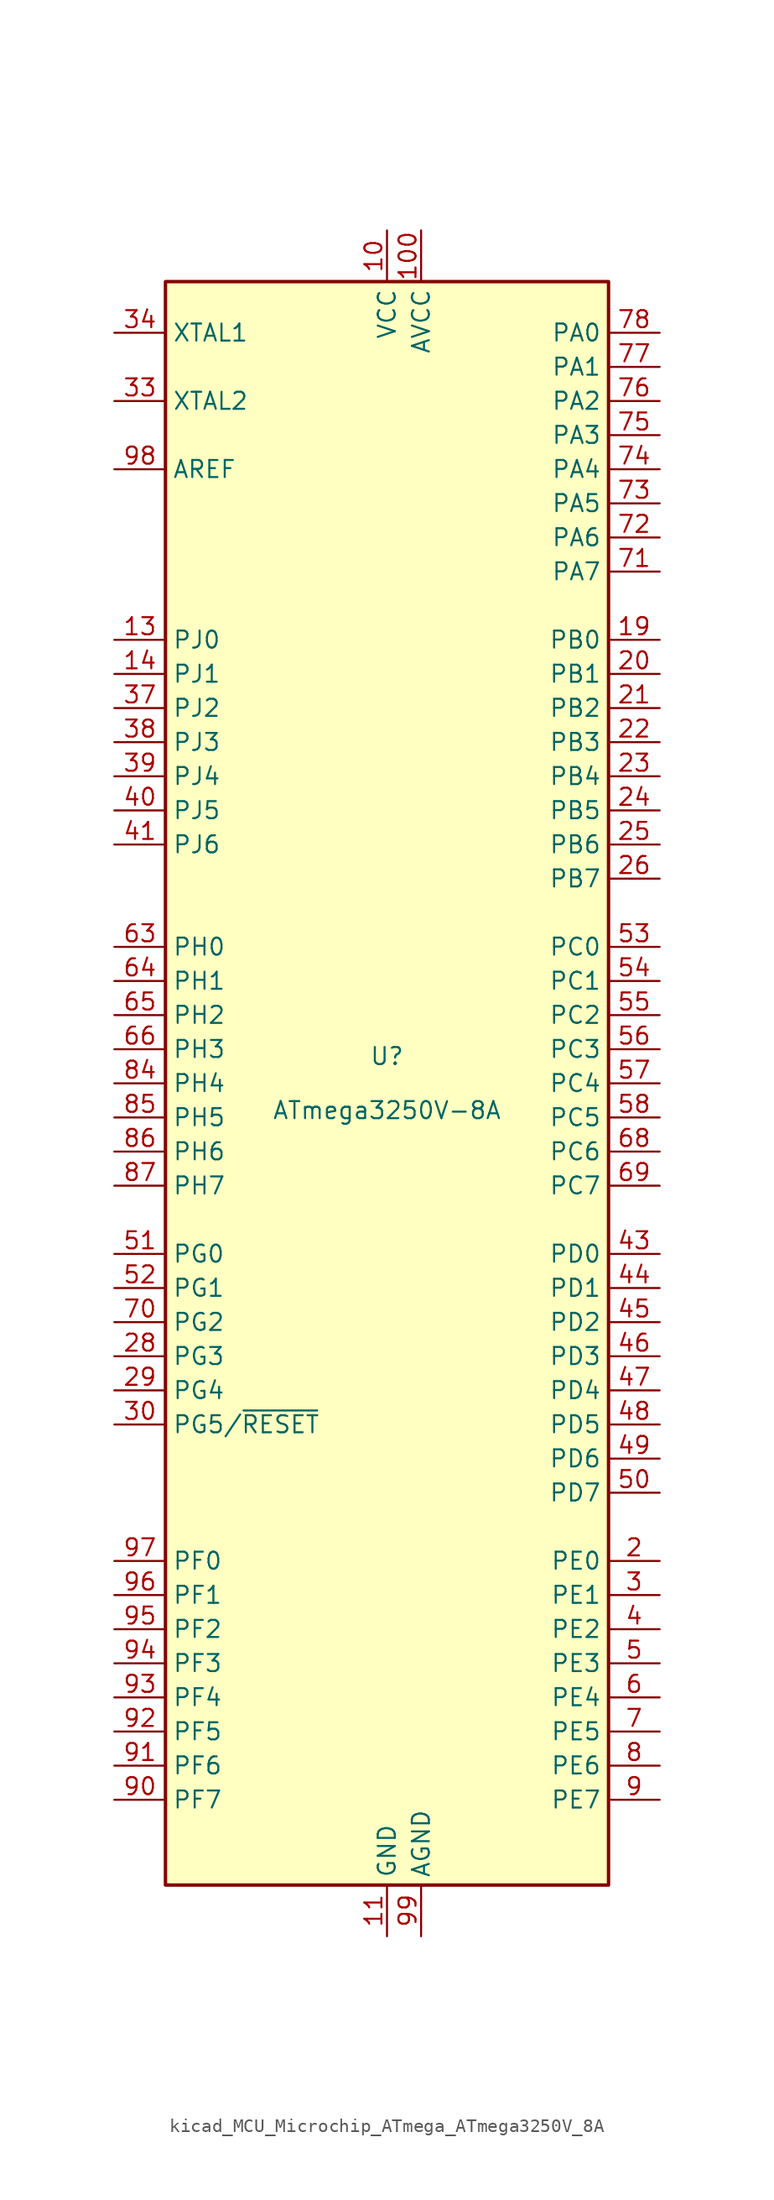
<source format=kicad_sym>
(kicad_symbol_lib
  (version 20220914)
  (generator kicad_symbol_editor)
  (symbol "kicad_MCU_Microchip_ATmega_ATmega3250V_8A"
    (property "Reference" "U"
      (at 0 1.27 0)
      (effects (font (size 1.27 1.27)) (justify bottom)))
    (property "Value" "ATmega3250V-8A"
      (at 0 -1.27 0)
      (effects (font (size 1.27 1.27)) (justify top)))
    (symbol "kicad_MCU_Microchip_ATmega_ATmega3250V_8A_0_1"
      (rectangle (start -16.51 -59.69) (end 16.51 59.69) (stroke (width 0.254) (type default)) (fill (type background))))
    (symbol "kicad_MCU_Microchip_ATmega_ATmega3250V_8A_1_1"
      (pin no_connect line (at -15.24 40.64 0) (length 2.54) hide (name "NC" (effects (font (size 1.27 1.27)))) (number "1" (effects (font (size 1.27 1.27)))))
      (pin power_in line (at 0 63.5 270) (length 3.81) (name "VCC" (effects (font (size 1.27 1.27)))) (number "10" (effects (font (size 1.27 1.27)))))
      (pin power_in line (at 2.54 63.5 270) (length 3.81) (name "AVCC" (effects (font (size 1.27 1.27)))) (number "100" (effects (font (size 1.27 1.27)))))
      (pin power_in line (at 0 -63.5 90) (length 3.81) (name "GND" (effects (font (size 1.27 1.27)))) (number "11" (effects (font (size 1.27 1.27)))))
      (pin no_connect line (at -15.24 38.1 0) (length 2.54) hide (name "NC" (effects (font (size 1.27 1.27)))) (number "12" (effects (font (size 1.27 1.27)))))
      (pin bidirectional line (at -20.32 33.02 0) (length 3.81) (name "PJ0" (effects (font (size 1.27 1.27)))) (number "13" (effects (font (size 1.27 1.27)))))
      (pin bidirectional line (at -20.32 30.48 0) (length 3.81) (name "PJ1" (effects (font (size 1.27 1.27)))) (number "14" (effects (font (size 1.27 1.27)))))
      (pin no_connect line (at -15.24 35.56 0) (length 2.54) hide (name "NC" (effects (font (size 1.27 1.27)))) (number "15" (effects (font (size 1.27 1.27)))))
      (pin no_connect line (at -15.24 15.24 0) (length 2.54) hide (name "NC" (effects (font (size 1.27 1.27)))) (number "16" (effects (font (size 1.27 1.27)))))
      (pin no_connect line (at -15.24 12.7 0) (length 2.54) hide (name "NC" (effects (font (size 1.27 1.27)))) (number "17" (effects (font (size 1.27 1.27)))))
      (pin no_connect line (at -15.24 -10.16 0) (length 2.54) hide (name "NC" (effects (font (size 1.27 1.27)))) (number "18" (effects (font (size 1.27 1.27)))))
      (pin bidirectional line (at 20.32 33.02 180) (length 3.81) (name "PB0" (effects (font (size 1.27 1.27)))) (number "19" (effects (font (size 1.27 1.27)))))
      (pin bidirectional line (at 20.32 -35.56 180) (length 3.81) (name "PE0" (effects (font (size 1.27 1.27)))) (number "2" (effects (font (size 1.27 1.27)))))
      (pin bidirectional line (at 20.32 30.48 180) (length 3.81) (name "PB1" (effects (font (size 1.27 1.27)))) (number "20" (effects (font (size 1.27 1.27)))))
      (pin bidirectional line (at 20.32 27.94 180) (length 3.81) (name "PB2" (effects (font (size 1.27 1.27)))) (number "21" (effects (font (size 1.27 1.27)))))
      (pin bidirectional line (at 20.32 25.4 180) (length 3.81) (name "PB3" (effects (font (size 1.27 1.27)))) (number "22" (effects (font (size 1.27 1.27)))))
      (pin bidirectional line (at 20.32 22.86 180) (length 3.81) (name "PB4" (effects (font (size 1.27 1.27)))) (number "23" (effects (font (size 1.27 1.27)))))
      (pin bidirectional line (at 20.32 20.32 180) (length 3.81) (name "PB5" (effects (font (size 1.27 1.27)))) (number "24" (effects (font (size 1.27 1.27)))))
      (pin bidirectional line (at 20.32 17.78 180) (length 3.81) (name "PB6" (effects (font (size 1.27 1.27)))) (number "25" (effects (font (size 1.27 1.27)))))
      (pin bidirectional line (at 20.32 15.24 180) (length 3.81) (name "PB7" (effects (font (size 1.27 1.27)))) (number "26" (effects (font (size 1.27 1.27)))))
      (pin no_connect line (at -15.24 -27.94 0) (length 2.54) hide (name "NC" (effects (font (size 1.27 1.27)))) (number "27" (effects (font (size 1.27 1.27)))))
      (pin bidirectional line (at -20.32 -20.32 0) (length 3.81) (name "PG3" (effects (font (size 1.27 1.27)))) (number "28" (effects (font (size 1.27 1.27)))))
      (pin bidirectional line (at -20.32 -22.86 0) (length 3.81) (name "PG4" (effects (font (size 1.27 1.27)))) (number "29" (effects (font (size 1.27 1.27)))))
      (pin bidirectional line (at 20.32 -38.1 180) (length 3.81) (name "PE1" (effects (font (size 1.27 1.27)))) (number "3" (effects (font (size 1.27 1.27)))))
      (pin bidirectional line (at -20.32 -25.4 0) (length 3.81) (name "PG5/~{RESET}" (effects (font (size 1.27 1.27)))) (number "30" (effects (font (size 1.27 1.27)))))
      (pin passive line (at 0 63.5 270) (length 3.81) hide (name "VCC" (effects (font (size 1.27 1.27)))) (number "31" (effects (font (size 1.27 1.27)))))
      (pin passive line (at 0 -63.5 90) (length 3.81) hide (name "GND" (effects (font (size 1.27 1.27)))) (number "32" (effects (font (size 1.27 1.27)))))
      (pin output line (at -20.32 50.8 0) (length 3.81) (name "XTAL2" (effects (font (size 1.27 1.27)))) (number "33" (effects (font (size 1.27 1.27)))))
      (pin input line (at -20.32 55.88 0) (length 3.81) (name "XTAL1" (effects (font (size 1.27 1.27)))) (number "34" (effects (font (size 1.27 1.27)))))
      (pin no_connect line (at -15.24 -30.48 0) (length 2.54) hide (name "NC" (effects (font (size 1.27 1.27)))) (number "35" (effects (font (size 1.27 1.27)))))
      (pin no_connect line (at -15.24 -33.02 0) (length 2.54) hide (name "NC" (effects (font (size 1.27 1.27)))) (number "36" (effects (font (size 1.27 1.27)))))
      (pin bidirectional line (at -20.32 27.94 0) (length 3.81) (name "PJ2" (effects (font (size 1.27 1.27)))) (number "37" (effects (font (size 1.27 1.27)))))
      (pin bidirectional line (at -20.32 25.4 0) (length 3.81) (name "PJ3" (effects (font (size 1.27 1.27)))) (number "38" (effects (font (size 1.27 1.27)))))
      (pin bidirectional line (at -20.32 22.86 0) (length 3.81) (name "PJ4" (effects (font (size 1.27 1.27)))) (number "39" (effects (font (size 1.27 1.27)))))
      (pin bidirectional line (at 20.32 -40.64 180) (length 3.81) (name "PE2" (effects (font (size 1.27 1.27)))) (number "4" (effects (font (size 1.27 1.27)))))
      (pin bidirectional line (at -20.32 20.32 0) (length 3.81) (name "PJ5" (effects (font (size 1.27 1.27)))) (number "40" (effects (font (size 1.27 1.27)))))
      (pin bidirectional line (at -20.32 17.78 0) (length 3.81) (name "PJ6" (effects (font (size 1.27 1.27)))) (number "41" (effects (font (size 1.27 1.27)))))
      (pin no_connect line (at -15.24 -58.42 90) (length 2.54) hide (name "NC" (effects (font (size 1.27 1.27)))) (number "42" (effects (font (size 1.27 1.27)))))
      (pin bidirectional line (at 20.32 -12.7 180) (length 3.81) (name "PD0" (effects (font (size 1.27 1.27)))) (number "43" (effects (font (size 1.27 1.27)))))
      (pin bidirectional line (at 20.32 -15.24 180) (length 3.81) (name "PD1" (effects (font (size 1.27 1.27)))) (number "44" (effects (font (size 1.27 1.27)))))
      (pin bidirectional line (at 20.32 -17.78 180) (length 3.81) (name "PD2" (effects (font (size 1.27 1.27)))) (number "45" (effects (font (size 1.27 1.27)))))
      (pin bidirectional line (at 20.32 -20.32 180) (length 3.81) (name "PD3" (effects (font (size 1.27 1.27)))) (number "46" (effects (font (size 1.27 1.27)))))
      (pin bidirectional line (at 20.32 -22.86 180) (length 3.81) (name "PD4" (effects (font (size 1.27 1.27)))) (number "47" (effects (font (size 1.27 1.27)))))
      (pin bidirectional line (at 20.32 -25.4 180) (length 3.81) (name "PD5" (effects (font (size 1.27 1.27)))) (number "48" (effects (font (size 1.27 1.27)))))
      (pin bidirectional line (at 20.32 -27.94 180) (length 3.81) (name "PD6" (effects (font (size 1.27 1.27)))) (number "49" (effects (font (size 1.27 1.27)))))
      (pin bidirectional line (at 20.32 -43.18 180) (length 3.81) (name "PE3" (effects (font (size 1.27 1.27)))) (number "5" (effects (font (size 1.27 1.27)))))
      (pin bidirectional line (at 20.32 -30.48 180) (length 3.81) (name "PD7" (effects (font (size 1.27 1.27)))) (number "50" (effects (font (size 1.27 1.27)))))
      (pin bidirectional line (at -20.32 -12.7 0) (length 3.81) (name "PG0" (effects (font (size 1.27 1.27)))) (number "51" (effects (font (size 1.27 1.27)))))
      (pin bidirectional line (at -20.32 -15.24 0) (length 3.81) (name "PG1" (effects (font (size 1.27 1.27)))) (number "52" (effects (font (size 1.27 1.27)))))
      (pin bidirectional line (at 20.32 10.16 180) (length 3.81) (name "PC0" (effects (font (size 1.27 1.27)))) (number "53" (effects (font (size 1.27 1.27)))))
      (pin bidirectional line (at 20.32 7.62 180) (length 3.81) (name "PC1" (effects (font (size 1.27 1.27)))) (number "54" (effects (font (size 1.27 1.27)))))
      (pin bidirectional line (at 20.32 5.08 180) (length 3.81) (name "PC2" (effects (font (size 1.27 1.27)))) (number "55" (effects (font (size 1.27 1.27)))))
      (pin bidirectional line (at 20.32 2.54 180) (length 3.81) (name "PC3" (effects (font (size 1.27 1.27)))) (number "56" (effects (font (size 1.27 1.27)))))
      (pin bidirectional line (at 20.32 0 180) (length 3.81) (name "PC4" (effects (font (size 1.27 1.27)))) (number "57" (effects (font (size 1.27 1.27)))))
      (pin bidirectional line (at 20.32 -2.54 180) (length 3.81) (name "PC5" (effects (font (size 1.27 1.27)))) (number "58" (effects (font (size 1.27 1.27)))))
      (pin no_connect line (at -12.7 -58.42 90) (length 2.54) hide (name "NC" (effects (font (size 1.27 1.27)))) (number "59" (effects (font (size 1.27 1.27)))))
      (pin bidirectional line (at 20.32 -45.72 180) (length 3.81) (name "PE4" (effects (font (size 1.27 1.27)))) (number "6" (effects (font (size 1.27 1.27)))))
      (pin no_connect line (at -10.16 -58.42 90) (length 2.54) hide (name "NC" (effects (font (size 1.27 1.27)))) (number "60" (effects (font (size 1.27 1.27)))))
      (pin no_connect line (at -7.62 -58.42 90) (length 2.54) hide (name "NC" (effects (font (size 1.27 1.27)))) (number "61" (effects (font (size 1.27 1.27)))))
      (pin no_connect line (at -5.08 -58.42 90) (length 2.54) hide (name "NC" (effects (font (size 1.27 1.27)))) (number "62" (effects (font (size 1.27 1.27)))))
      (pin bidirectional line (at -20.32 10.16 0) (length 3.81) (name "PH0" (effects (font (size 1.27 1.27)))) (number "63" (effects (font (size 1.27 1.27)))))
      (pin bidirectional line (at -20.32 7.62 0) (length 3.81) (name "PH1" (effects (font (size 1.27 1.27)))) (number "64" (effects (font (size 1.27 1.27)))))
      (pin bidirectional line (at -20.32 5.08 0) (length 3.81) (name "PH2" (effects (font (size 1.27 1.27)))) (number "65" (effects (font (size 1.27 1.27)))))
      (pin bidirectional line (at -20.32 2.54 0) (length 3.81) (name "PH3" (effects (font (size 1.27 1.27)))) (number "66" (effects (font (size 1.27 1.27)))))
      (pin no_connect line (at -2.54 -58.42 90) (length 2.54) hide (name "NC" (effects (font (size 1.27 1.27)))) (number "67" (effects (font (size 1.27 1.27)))))
      (pin bidirectional line (at 20.32 -5.08 180) (length 3.81) (name "PC6" (effects (font (size 1.27 1.27)))) (number "68" (effects (font (size 1.27 1.27)))))
      (pin bidirectional line (at 20.32 -7.62 180) (length 3.81) (name "PC7" (effects (font (size 1.27 1.27)))) (number "69" (effects (font (size 1.27 1.27)))))
      (pin bidirectional line (at 20.32 -48.26 180) (length 3.81) (name "PE5" (effects (font (size 1.27 1.27)))) (number "7" (effects (font (size 1.27 1.27)))))
      (pin bidirectional line (at -20.32 -17.78 0) (length 3.81) (name "PG2" (effects (font (size 1.27 1.27)))) (number "70" (effects (font (size 1.27 1.27)))))
      (pin bidirectional line (at 20.32 38.1 180) (length 3.81) (name "PA7" (effects (font (size 1.27 1.27)))) (number "71" (effects (font (size 1.27 1.27)))))
      (pin bidirectional line (at 20.32 40.64 180) (length 3.81) (name "PA6" (effects (font (size 1.27 1.27)))) (number "72" (effects (font (size 1.27 1.27)))))
      (pin bidirectional line (at 20.32 43.18 180) (length 3.81) (name "PA5" (effects (font (size 1.27 1.27)))) (number "73" (effects (font (size 1.27 1.27)))))
      (pin bidirectional line (at 20.32 45.72 180) (length 3.81) (name "PA4" (effects (font (size 1.27 1.27)))) (number "74" (effects (font (size 1.27 1.27)))))
      (pin bidirectional line (at 20.32 48.26 180) (length 3.81) (name "PA3" (effects (font (size 1.27 1.27)))) (number "75" (effects (font (size 1.27 1.27)))))
      (pin bidirectional line (at 20.32 50.8 180) (length 3.81) (name "PA2" (effects (font (size 1.27 1.27)))) (number "76" (effects (font (size 1.27 1.27)))))
      (pin bidirectional line (at 20.32 53.34 180) (length 3.81) (name "PA1" (effects (font (size 1.27 1.27)))) (number "77" (effects (font (size 1.27 1.27)))))
      (pin bidirectional line (at 20.32 55.88 180) (length 3.81) (name "PA0" (effects (font (size 1.27 1.27)))) (number "78" (effects (font (size 1.27 1.27)))))
      (pin no_connect line (at 5.08 -58.42 90) (length 2.54) hide (name "NC" (effects (font (size 1.27 1.27)))) (number "79" (effects (font (size 1.27 1.27)))))
      (pin bidirectional line (at 20.32 -50.8 180) (length 3.81) (name "PE6" (effects (font (size 1.27 1.27)))) (number "8" (effects (font (size 1.27 1.27)))))
      (pin passive line (at 0 63.5 270) (length 3.81) hide (name "VCC" (effects (font (size 1.27 1.27)))) (number "80" (effects (font (size 1.27 1.27)))))
      (pin passive line (at 0 -63.5 90) (length 3.81) hide (name "GND" (effects (font (size 1.27 1.27)))) (number "81" (effects (font (size 1.27 1.27)))))
      (pin no_connect line (at 7.62 -58.42 90) (length 2.54) hide (name "NC" (effects (font (size 1.27 1.27)))) (number "82" (effects (font (size 1.27 1.27)))))
      (pin no_connect line (at 10.16 -58.42 90) (length 2.54) hide (name "NC" (effects (font (size 1.27 1.27)))) (number "83" (effects (font (size 1.27 1.27)))))
      (pin bidirectional line (at -20.32 0 0) (length 3.81) (name "PH4" (effects (font (size 1.27 1.27)))) (number "84" (effects (font (size 1.27 1.27)))))
      (pin bidirectional line (at -20.32 -2.54 0) (length 3.81) (name "PH5" (effects (font (size 1.27 1.27)))) (number "85" (effects (font (size 1.27 1.27)))))
      (pin bidirectional line (at -20.32 -5.08 0) (length 3.81) (name "PH6" (effects (font (size 1.27 1.27)))) (number "86" (effects (font (size 1.27 1.27)))))
      (pin bidirectional line (at -20.32 -7.62 0) (length 3.81) (name "PH7" (effects (font (size 1.27 1.27)))) (number "87" (effects (font (size 1.27 1.27)))))
      (pin no_connect line (at 12.7 -58.42 90) (length 2.54) hide (name "NC" (effects (font (size 1.27 1.27)))) (number "88" (effects (font (size 1.27 1.27)))))
      (pin no_connect line (at 15.24 -58.42 90) (length 2.54) hide (name "NC" (effects (font (size 1.27 1.27)))) (number "89" (effects (font (size 1.27 1.27)))))
      (pin bidirectional line (at 20.32 -53.34 180) (length 3.81) (name "PE7" (effects (font (size 1.27 1.27)))) (number "9" (effects (font (size 1.27 1.27)))))
      (pin bidirectional line (at -20.32 -53.34 0) (length 3.81) (name "PF7" (effects (font (size 1.27 1.27)))) (number "90" (effects (font (size 1.27 1.27)))))
      (pin bidirectional line (at -20.32 -50.8 0) (length 3.81) (name "PF6" (effects (font (size 1.27 1.27)))) (number "91" (effects (font (size 1.27 1.27)))))
      (pin bidirectional line (at -20.32 -48.26 0) (length 3.81) (name "PF5" (effects (font (size 1.27 1.27)))) (number "92" (effects (font (size 1.27 1.27)))))
      (pin bidirectional line (at -20.32 -45.72 0) (length 3.81) (name "PF4" (effects (font (size 1.27 1.27)))) (number "93" (effects (font (size 1.27 1.27)))))
      (pin bidirectional line (at -20.32 -43.18 0) (length 3.81) (name "PF3" (effects (font (size 1.27 1.27)))) (number "94" (effects (font (size 1.27 1.27)))))
      (pin bidirectional line (at -20.32 -40.64 0) (length 3.81) (name "PF2" (effects (font (size 1.27 1.27)))) (number "95" (effects (font (size 1.27 1.27)))))
      (pin bidirectional line (at -20.32 -38.1 0) (length 3.81) (name "PF1" (effects (font (size 1.27 1.27)))) (number "96" (effects (font (size 1.27 1.27)))))
      (pin bidirectional line (at -20.32 -35.56 0) (length 3.81) (name "PF0" (effects (font (size 1.27 1.27)))) (number "97" (effects (font (size 1.27 1.27)))))
      (pin passive line (at -20.32 45.72 0) (length 3.81) (name "AREF" (effects (font (size 1.27 1.27)))) (number "98" (effects (font (size 1.27 1.27)))))
      (pin power_in line (at 2.54 -63.5 90) (length 3.81) (name "AGND" (effects (font (size 1.27 1.27)))) (number "99" (effects (font (size 1.27 1.27))))))))
</source>
